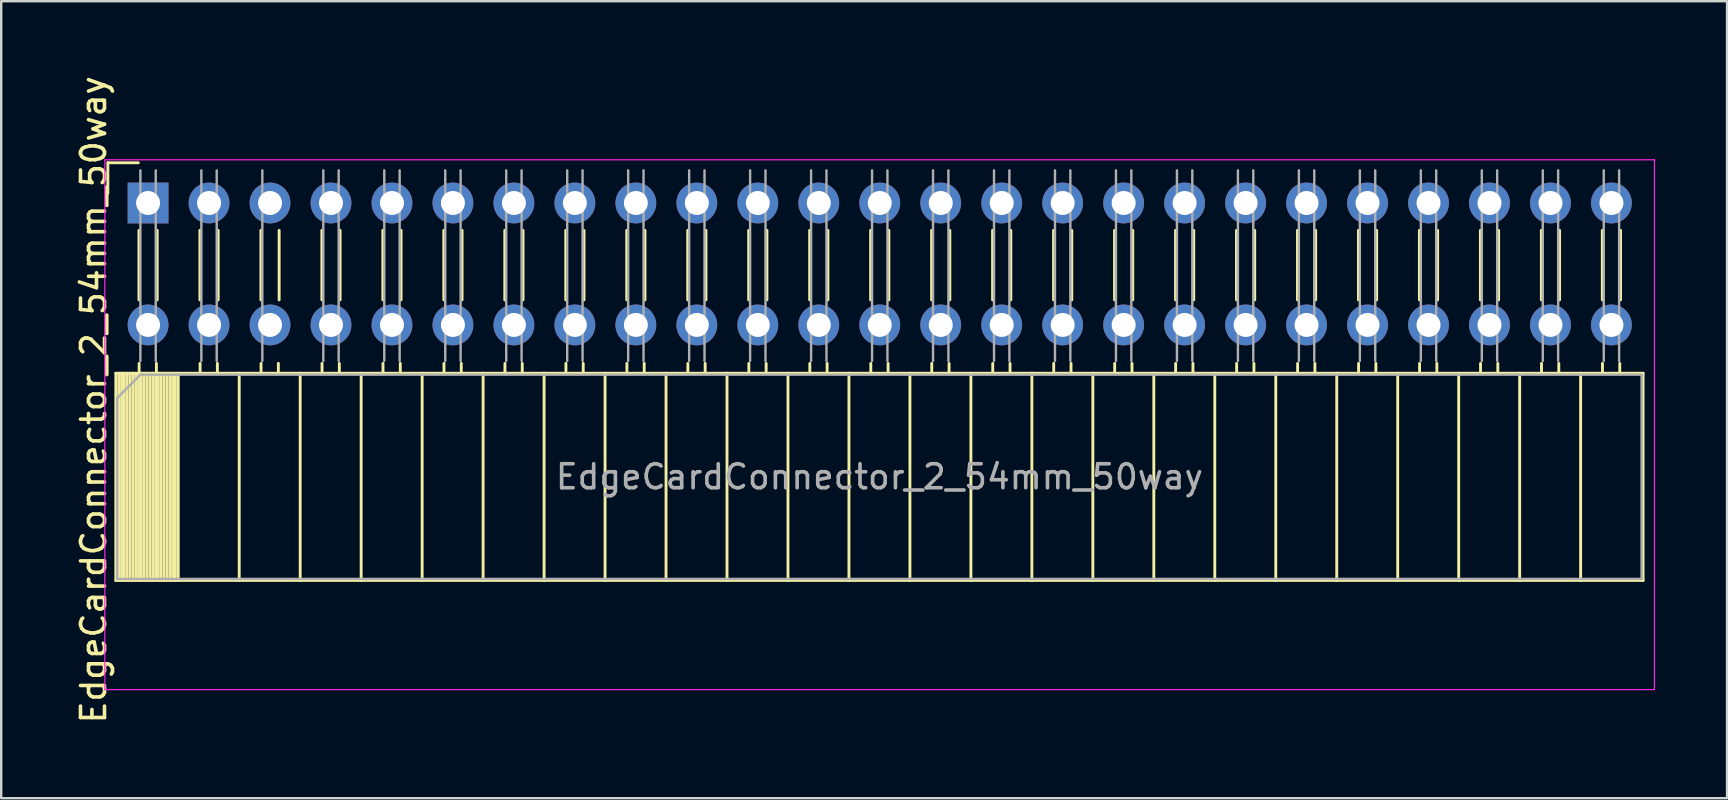
<source format=kicad_pcb>
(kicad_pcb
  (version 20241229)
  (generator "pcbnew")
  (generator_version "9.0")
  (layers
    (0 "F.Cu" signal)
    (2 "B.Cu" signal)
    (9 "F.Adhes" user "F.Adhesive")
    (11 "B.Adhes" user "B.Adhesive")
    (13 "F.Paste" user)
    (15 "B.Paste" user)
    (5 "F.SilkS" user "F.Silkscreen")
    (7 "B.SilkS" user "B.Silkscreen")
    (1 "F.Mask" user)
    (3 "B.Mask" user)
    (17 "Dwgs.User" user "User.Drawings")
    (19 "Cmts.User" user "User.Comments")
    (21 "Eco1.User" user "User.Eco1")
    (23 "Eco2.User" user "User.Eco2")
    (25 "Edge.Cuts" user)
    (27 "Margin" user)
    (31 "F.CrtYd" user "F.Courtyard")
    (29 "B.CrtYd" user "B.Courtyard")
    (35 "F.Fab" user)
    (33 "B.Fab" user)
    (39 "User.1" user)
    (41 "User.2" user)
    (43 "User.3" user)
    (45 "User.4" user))
  (footprint "EdgeCardConnector_2_54mm_50way"
    (layer "F.Cu")
    (at 33.661 18.312)
    (property "Reference" "EdgeCardConnector_2_54mm_50way" (at -32.813 -4.711 270) (layer "F.SilkS") (effects (font (size 1 1) (thickness 0.15))))
    (attr through_hole)
    (fp_line (start -32.218 -14.581) (end -32.218 -13.311) (stroke (width 0.12) (type solid)) (layer "F.SilkS"))
    (fp_line (start -31.886 -5.814) (end 31.734 -5.814) (stroke (width 0.12) (type solid)) (layer "F.SilkS"))
    (fp_line (start -31.886 2.816) (end -31.886 -5.814) (stroke (width 0.12) (type solid)) (layer "F.SilkS"))
    (fp_line (start -31.886 2.816) (end 31.734 2.816) (stroke (width 0.12) (type solid)) (layer "F.SilkS"))
    (fp_line (start -31.766 2.816) (end -31.766 -5.814) (stroke (width 0.12) (type solid)) (layer "F.SilkS"))
    (fp_line (start -31.648 2.816) (end -31.648 -5.814) (stroke (width 0.12) (type solid)) (layer "F.SilkS"))
    (fp_line (start -31.53 2.816) (end -31.53 -5.814) (stroke (width 0.12) (type solid)) (layer "F.SilkS"))
    (fp_line (start -31.412 2.816) (end -31.412 -5.814) (stroke (width 0.12) (type solid)) (layer "F.SilkS"))
    (fp_line (start -31.294 2.816) (end -31.294 -5.814) (stroke (width 0.12) (type solid)) (layer "F.SilkS"))
    (fp_line (start -31.176 2.816) (end -31.176 -5.814) (stroke (width 0.12) (type solid)) (layer "F.SilkS"))
    (fp_line (start -31.058 2.816) (end -31.058 -5.814) (stroke (width 0.12) (type solid)) (layer "F.SilkS"))
    (fp_line (start -30.948 -14.581) (end -32.218 -14.581) (stroke (width 0.12) (type solid)) (layer "F.SilkS"))
    (fp_line (start -30.94 2.816) (end -30.94 -5.814) (stroke (width 0.12) (type solid)) (layer "F.SilkS"))
    (fp_line (start -30.923 -11.766) (end -30.923 -8.869) (stroke (width 0.12) (type solid)) (layer "F.SilkS"))
    (fp_line (start -30.916 -5.814) (end -30.916 -6.224) (stroke (width 0.12) (type solid)) (layer "F.SilkS"))
    (fp_line (start -30.821 2.816) (end -30.821 -5.814) (stroke (width 0.12) (type solid)) (layer "F.SilkS"))
    (fp_line (start -30.703 2.816) (end -30.703 -5.814) (stroke (width 0.12) (type solid)) (layer "F.SilkS"))
    (fp_line (start -30.585 2.816) (end -30.585 -5.814) (stroke (width 0.12) (type solid)) (layer "F.SilkS"))
    (fp_line (start -30.467 2.816) (end -30.467 -5.814) (stroke (width 0.12) (type solid)) (layer "F.SilkS"))
    (fp_line (start -30.349 2.816) (end -30.349 -5.814) (stroke (width 0.12) (type solid)) (layer "F.SilkS"))
    (fp_line (start -30.231 2.816) (end -30.231 -5.814) (stroke (width 0.12) (type solid)) (layer "F.SilkS"))
    (fp_line (start -30.196 -5.814) (end -30.196 -6.224) (stroke (width 0.12) (type solid)) (layer "F.SilkS"))
    (fp_line (start -30.163 -11.766) (end -30.163 -8.869) (stroke (width 0.12) (type solid)) (layer "F.SilkS"))
    (fp_line (start -30.113 2.816) (end -30.113 -5.814) (stroke (width 0.12) (type solid)) (layer "F.SilkS"))
    (fp_line (start -29.995 2.816) (end -29.995 -5.814) (stroke (width 0.12) (type solid)) (layer "F.SilkS"))
    (fp_line (start -29.877 2.816) (end -29.877 -5.814) (stroke (width 0.12) (type solid)) (layer "F.SilkS"))
    (fp_line (start -29.759 2.816) (end -29.759 -5.814) (stroke (width 0.12) (type solid)) (layer "F.SilkS"))
    (fp_line (start -29.64 2.816) (end -29.64 -5.814) (stroke (width 0.12) (type solid)) (layer "F.SilkS"))
    (fp_line (start -29.522 2.816) (end -29.522 -5.814) (stroke (width 0.12) (type solid)) (layer "F.SilkS"))
    (fp_line (start -29.404 2.816) (end -29.404 -5.814) (stroke (width 0.12) (type solid)) (layer "F.SilkS"))
    (fp_line (start -29.286 2.816) (end -29.286 -5.814) (stroke (width 0.12) (type solid)) (layer "F.SilkS"))
    (fp_line (start -28.383 -11.766) (end -28.383 -8.869) (stroke (width 0.12) (type solid)) (layer "F.SilkS"))
    (fp_line (start -28.376 -5.814) (end -28.376 -6.224) (stroke (width 0.12) (type solid)) (layer "F.SilkS"))
    (fp_line (start -27.656 -5.814) (end -27.656 -6.224) (stroke (width 0.12) (type solid)) (layer "F.SilkS"))
    (fp_line (start -27.623 -11.766) (end -27.623 -8.869) (stroke (width 0.12) (type solid)) (layer "F.SilkS"))
    (fp_line (start -26.746 2.816) (end -26.746 -5.814) (stroke (width 0.12) (type solid)) (layer "F.SilkS"))
    (fp_line (start -25.843 -11.766) (end -25.843 -8.869) (stroke (width 0.12) (type solid)) (layer "F.SilkS"))
    (fp_line (start -25.836 -5.814) (end -25.836 -6.224) (stroke (width 0.12) (type solid)) (layer "F.SilkS"))
    (fp_line (start -25.116 -5.814) (end -25.116 -6.224) (stroke (width 0.12) (type solid)) (layer "F.SilkS"))
    (fp_line (start -25.083 -11.766) (end -25.083 -8.869) (stroke (width 0.12) (type solid)) (layer "F.SilkS"))
    (fp_line (start -24.206 2.816) (end -24.206 -5.814) (stroke (width 0.12) (type solid)) (layer "F.SilkS"))
    (fp_line (start -23.303 -11.766) (end -23.303 -8.869) (stroke (width 0.12) (type solid)) (layer "F.SilkS"))
    (fp_line (start -23.296 -5.814) (end -23.296 -6.224) (stroke (width 0.12) (type solid)) (layer "F.SilkS"))
    (fp_line (start -22.576 -5.814) (end -22.576 -6.224) (stroke (width 0.12) (type solid)) (layer "F.SilkS"))
    (fp_line (start -22.543 -11.766) (end -22.543 -8.869) (stroke (width 0.12) (type solid)) (layer "F.SilkS"))
    (fp_line (start -21.666 2.816) (end -21.666 -5.814) (stroke (width 0.12) (type solid)) (layer "F.SilkS"))
    (fp_line (start -20.763 -11.766) (end -20.763 -8.869) (stroke (width 0.12) (type solid)) (layer "F.SilkS"))
    (fp_line (start -20.756 -5.814) (end -20.756 -6.224) (stroke (width 0.12) (type solid)) (layer "F.SilkS"))
    (fp_line (start -20.036 -5.814) (end -20.036 -6.224) (stroke (width 0.12) (type solid)) (layer "F.SilkS"))
    (fp_line (start -20.003 -11.766) (end -20.003 -8.869) (stroke (width 0.12) (type solid)) (layer "F.SilkS"))
    (fp_line (start -19.126 2.816) (end -19.126 -5.814) (stroke (width 0.12) (type solid)) (layer "F.SilkS"))
    (fp_line (start -18.223 -11.766) (end -18.223 -8.869) (stroke (width 0.12) (type solid)) (layer "F.SilkS"))
    (fp_line (start -18.216 -5.814) (end -18.216 -6.224) (stroke (width 0.12) (type solid)) (layer "F.SilkS"))
    (fp_line (start -17.496 -5.814) (end -17.496 -6.224) (stroke (width 0.12) (type solid)) (layer "F.SilkS"))
    (fp_line (start -17.463 -11.766) (end -17.463 -8.869) (stroke (width 0.12) (type solid)) (layer "F.SilkS"))
    (fp_line (start -16.586 2.816) (end -16.586 -5.814) (stroke (width 0.12) (type solid)) (layer "F.SilkS"))
    (fp_line (start -15.683 -11.766) (end -15.683 -8.869) (stroke (width 0.12) (type solid)) (layer "F.SilkS"))
    (fp_line (start -15.676 -5.814) (end -15.676 -6.224) (stroke (width 0.12) (type solid)) (layer "F.SilkS"))
    (fp_line (start -14.956 -5.814) (end -14.956 -6.224) (stroke (width 0.12) (type solid)) (layer "F.SilkS"))
    (fp_line (start -14.923 -11.766) (end -14.923 -8.869) (stroke (width 0.12) (type solid)) (layer "F.SilkS"))
    (fp_line (start -14.046 2.816) (end -14.046 -5.814) (stroke (width 0.12) (type solid)) (layer "F.SilkS"))
    (fp_line (start -13.143 -11.766) (end -13.143 -8.869) (stroke (width 0.12) (type solid)) (layer "F.SilkS"))
    (fp_line (start -13.136 -5.814) (end -13.136 -6.224) (stroke (width 0.12) (type solid)) (layer "F.SilkS"))
    (fp_line (start -12.416 -5.814) (end -12.416 -6.224) (stroke (width 0.12) (type solid)) (layer "F.SilkS"))
    (fp_line (start -12.383 -11.766) (end -12.383 -8.869) (stroke (width 0.12) (type solid)) (layer "F.SilkS"))
    (fp_line (start -11.506 2.816) (end -11.506 -5.814) (stroke (width 0.12) (type solid)) (layer "F.SilkS"))
    (fp_line (start -10.603 -11.766) (end -10.603 -8.869) (stroke (width 0.12) (type solid)) (layer "F.SilkS"))
    (fp_line (start -10.596 -5.814) (end -10.596 -6.224) (stroke (width 0.12) (type solid)) (layer "F.SilkS"))
    (fp_line (start -9.876 -5.814) (end -9.876 -6.224) (stroke (width 0.12) (type solid)) (layer "F.SilkS"))
    (fp_line (start -9.843 -11.766) (end -9.843 -8.869) (stroke (width 0.12) (type solid)) (layer "F.SilkS"))
    (fp_line (start -8.966 2.816) (end -8.966 -5.814) (stroke (width 0.12) (type solid)) (layer "F.SilkS"))
    (fp_line (start -8.063 -11.766) (end -8.063 -8.869) (stroke (width 0.12) (type solid)) (layer "F.SilkS"))
    (fp_line (start -8.056 -5.814) (end -8.056 -6.224) (stroke (width 0.12) (type solid)) (layer "F.SilkS"))
    (fp_line (start -7.336 -5.814) (end -7.336 -6.224) (stroke (width 0.12) (type solid)) (layer "F.SilkS"))
    (fp_line (start -7.303 -11.766) (end -7.303 -8.869) (stroke (width 0.12) (type solid)) (layer "F.SilkS"))
    (fp_line (start -6.426 2.816) (end -6.426 -5.814) (stroke (width 0.12) (type solid)) (layer "F.SilkS"))
    (fp_line (start -5.523 -11.766) (end -5.523 -8.869) (stroke (width 0.12) (type solid)) (layer "F.SilkS"))
    (fp_line (start -5.516 -5.814) (end -5.516 -6.224) (stroke (width 0.12) (type solid)) (layer "F.SilkS"))
    (fp_line (start -4.796 -5.814) (end -4.796 -6.224) (stroke (width 0.12) (type solid)) (layer "F.SilkS"))
    (fp_line (start -4.763 -11.766) (end -4.763 -8.869) (stroke (width 0.12) (type solid)) (layer "F.SilkS"))
    (fp_line (start -3.886 2.816) (end -3.886 -5.814) (stroke (width 0.12) (type solid)) (layer "F.SilkS"))
    (fp_line (start -2.983 -11.766) (end -2.983 -8.869) (stroke (width 0.12) (type solid)) (layer "F.SilkS"))
    (fp_line (start -2.976 -5.814) (end -2.976 -6.224) (stroke (width 0.12) (type solid)) (layer "F.SilkS"))
    (fp_line (start -2.256 -5.814) (end -2.256 -6.224) (stroke (width 0.12) (type solid)) (layer "F.SilkS"))
    (fp_line (start -2.223 -11.766) (end -2.223 -8.869) (stroke (width 0.12) (type solid)) (layer "F.SilkS"))
    (fp_line (start -1.346 2.816) (end -1.346 -5.814) (stroke (width 0.12) (type solid)) (layer "F.SilkS"))
    (fp_line (start -0.443 -11.766) (end -0.443 -8.869) (stroke (width 0.12) (type solid)) (layer "F.SilkS"))
    (fp_line (start -0.436 -5.814) (end -0.436 -6.224) (stroke (width 0.12) (type solid)) (layer "F.SilkS"))
    (fp_line (start 0.284 -5.814) (end 0.284 -6.224) (stroke (width 0.12) (type solid)) (layer "F.SilkS"))
    (fp_line (start 0.317 -11.766) (end 0.317 -8.869) (stroke (width 0.12) (type solid)) (layer "F.SilkS"))
    (fp_line (start 1.194 2.816) (end 1.194 -5.814) (stroke (width 0.12) (type solid)) (layer "F.SilkS"))
    (fp_line (start 2.097 -11.766) (end 2.097 -8.869) (stroke (width 0.12) (type solid)) (layer "F.SilkS"))
    (fp_line (start 2.104 -5.814) (end 2.104 -6.224) (stroke (width 0.12) (type solid)) (layer "F.SilkS"))
    (fp_line (start 2.824 -5.814) (end 2.824 -6.224) (stroke (width 0.12) (type solid)) (layer "F.SilkS"))
    (fp_line (start 2.857 -11.766) (end 2.857 -8.869) (stroke (width 0.12) (type solid)) (layer "F.SilkS"))
    (fp_line (start 3.734 2.816) (end 3.734 -5.814) (stroke (width 0.12) (type solid)) (layer "F.SilkS"))
    (fp_line (start 4.637 -11.766) (end 4.637 -8.869) (stroke (width 0.12) (type solid)) (layer "F.SilkS"))
    (fp_line (start 4.644 -5.814) (end 4.644 -6.224) (stroke (width 0.12) (type solid)) (layer "F.SilkS"))
    (fp_line (start 5.364 -5.814) (end 5.364 -6.224) (stroke (width 0.12) (type solid)) (layer "F.SilkS"))
    (fp_line (start 5.397 -11.766) (end 5.397 -8.869) (stroke (width 0.12) (type solid)) (layer "F.SilkS"))
    (fp_line (start 6.274 2.816) (end 6.274 -5.814) (stroke (width 0.12) (type solid)) (layer "F.SilkS"))
    (fp_line (start 7.177 -11.766) (end 7.177 -8.869) (stroke (width 0.12) (type solid)) (layer "F.SilkS"))
    (fp_line (start 7.184 -5.814) (end 7.184 -6.224) (stroke (width 0.12) (type solid)) (layer "F.SilkS"))
    (fp_line (start 7.904 -5.814) (end 7.904 -6.224) (stroke (width 0.12) (type solid)) (layer "F.SilkS"))
    (fp_line (start 7.937 -11.766) (end 7.937 -8.869) (stroke (width 0.12) (type solid)) (layer "F.SilkS"))
    (fp_line (start 8.814 2.816) (end 8.814 -5.814) (stroke (width 0.12) (type solid)) (layer "F.SilkS"))
    (fp_line (start 9.717 -11.766) (end 9.717 -8.869) (stroke (width 0.12) (type solid)) (layer "F.SilkS"))
    (fp_line (start 9.724 -5.814) (end 9.724 -6.224) (stroke (width 0.12) (type solid)) (layer "F.SilkS"))
    (fp_line (start 10.444 -5.814) (end 10.444 -6.224) (stroke (width 0.12) (type solid)) (layer "F.SilkS"))
    (fp_line (start 10.477 -11.766) (end 10.477 -8.869) (stroke (width 0.12) (type solid)) (layer "F.SilkS"))
    (fp_line (start 11.354 2.816) (end 11.354 -5.814) (stroke (width 0.12) (type solid)) (layer "F.SilkS"))
    (fp_line (start 12.257 -11.766) (end 12.257 -8.869) (stroke (width 0.12) (type solid)) (layer "F.SilkS"))
    (fp_line (start 12.264 -5.814) (end 12.264 -6.224) (stroke (width 0.12) (type solid)) (layer "F.SilkS"))
    (fp_line (start 12.984 -5.814) (end 12.984 -6.224) (stroke (width 0.12) (type solid)) (layer "F.SilkS"))
    (fp_line (start 13.017 -11.766) (end 13.017 -8.869) (stroke (width 0.12) (type solid)) (layer "F.SilkS"))
    (fp_line (start 13.894 2.816) (end 13.894 -5.814) (stroke (width 0.12) (type solid)) (layer "F.SilkS"))
    (fp_line (start 14.797 -11.766) (end 14.797 -8.869) (stroke (width 0.12) (type solid)) (layer "F.SilkS"))
    (fp_line (start 14.804 -5.814) (end 14.804 -6.224) (stroke (width 0.12) (type solid)) (layer "F.SilkS"))
    (fp_line (start 15.524 -5.814) (end 15.524 -6.224) (stroke (width 0.12) (type solid)) (layer "F.SilkS"))
    (fp_line (start 15.557 -11.766) (end 15.557 -8.869) (stroke (width 0.12) (type solid)) (layer "F.SilkS"))
    (fp_line (start 16.434 2.816) (end 16.434 -5.814) (stroke (width 0.12) (type solid)) (layer "F.SilkS"))
    (fp_line (start 17.337 -11.766) (end 17.337 -8.869) (stroke (width 0.12) (type solid)) (layer "F.SilkS"))
    (fp_line (start 17.344 -5.814) (end 17.344 -6.224) (stroke (width 0.12) (type solid)) (layer "F.SilkS"))
    (fp_line (start 18.064 -5.814) (end 18.064 -6.224) (stroke (width 0.12) (type solid)) (layer "F.SilkS"))
    (fp_line (start 18.097 -11.766) (end 18.097 -8.869) (stroke (width 0.12) (type solid)) (layer "F.SilkS"))
    (fp_line (start 18.974 2.816) (end 18.974 -5.814) (stroke (width 0.12) (type solid)) (layer "F.SilkS"))
    (fp_line (start 19.877 -11.766) (end 19.877 -8.869) (stroke (width 0.12) (type solid)) (layer "F.SilkS"))
    (fp_line (start 19.884 -5.814) (end 19.884 -6.224) (stroke (width 0.12) (type solid)) (layer "F.SilkS"))
    (fp_line (start 20.604 -5.814) (end 20.604 -6.224) (stroke (width 0.12) (type solid)) (layer "F.SilkS"))
    (fp_line (start 20.637 -11.766) (end 20.637 -8.869) (stroke (width 0.12) (type solid)) (layer "F.SilkS"))
    (fp_line (start 21.514 2.816) (end 21.514 -5.814) (stroke (width 0.12) (type solid)) (layer "F.SilkS"))
    (fp_line (start 22.417 -11.766) (end 22.417 -8.869) (stroke (width 0.12) (type solid)) (layer "F.SilkS"))
    (fp_line (start 22.424 -5.814) (end 22.424 -6.224) (stroke (width 0.12) (type solid)) (layer "F.SilkS"))
    (fp_line (start 23.144 -5.814) (end 23.144 -6.224) (stroke (width 0.12) (type solid)) (layer "F.SilkS"))
    (fp_line (start 23.177 -11.766) (end 23.177 -8.869) (stroke (width 0.12) (type solid)) (layer "F.SilkS"))
    (fp_line (start 24.054 2.816) (end 24.054 -5.814) (stroke (width 0.12) (type solid)) (layer "F.SilkS"))
    (fp_line (start 24.957 -11.766) (end 24.957 -8.869) (stroke (width 0.12) (type solid)) (layer "F.SilkS"))
    (fp_line (start 24.964 -5.814) (end 24.964 -6.224) (stroke (width 0.12) (type solid)) (layer "F.SilkS"))
    (fp_line (start 25.684 -5.814) (end 25.684 -6.224) (stroke (width 0.12) (type solid)) (layer "F.SilkS"))
    (fp_line (start 25.717 -11.766) (end 25.717 -8.869) (stroke (width 0.12) (type solid)) (layer "F.SilkS"))
    (fp_line (start 26.594 2.816) (end 26.594 -5.814) (stroke (width 0.12) (type solid)) (layer "F.SilkS"))
    (fp_line (start 27.497 -11.766) (end 27.497 -8.869) (stroke (width 0.12) (type solid)) (layer "F.SilkS"))
    (fp_line (start 27.504 -5.814) (end 27.504 -6.224) (stroke (width 0.12) (type solid)) (layer "F.SilkS"))
    (fp_line (start 28.224 -5.814) (end 28.224 -6.224) (stroke (width 0.12) (type solid)) (layer "F.SilkS"))
    (fp_line (start 28.257 -11.766) (end 28.257 -8.869) (stroke (width 0.12) (type solid)) (layer "F.SilkS"))
    (fp_line (start 29.134 2.816) (end 29.134 -5.814) (stroke (width 0.12) (type solid)) (layer "F.SilkS"))
    (fp_line (start 30.037 -11.766) (end 30.037 -8.869) (stroke (width 0.12) (type solid)) (layer "F.SilkS"))
    (fp_line (start 30.044 -5.814) (end 30.044 -6.224) (stroke (width 0.12) (type solid)) (layer "F.SilkS"))
    (fp_line (start 30.764 -5.814) (end 30.764 -6.224) (stroke (width 0.12) (type solid)) (layer "F.SilkS"))
    (fp_line (start 30.797 -11.766) (end 30.797 -8.869) (stroke (width 0.12) (type solid)) (layer "F.SilkS"))
    (fp_line (start 31.734 2.816) (end 31.734 -5.814) (stroke (width 0.12) (type solid)) (layer "F.SilkS"))
    (fp_line (start -32.343 -14.706) (end 32.207 -14.706) (stroke (width 0.05) (type solid)) (layer "F.CrtYd"))
    (fp_line (start -32.343 7.366) (end -32.343 -14.706) (stroke (width 0.05) (type solid)) (layer "F.CrtYd"))
    (fp_line (start 32.207 -14.706) (end 32.207 7.366) (stroke (width 0.05) (type solid)) (layer "F.CrtYd"))
    (fp_line (start 32.207 7.366) (end -32.343 7.366) (stroke (width 0.05) (type solid)) (layer "F.CrtYd"))
    (fp_line (start -31.826 -4.784) (end -30.856 -5.754) (stroke (width 0.1) (type solid)) (layer "F.Fab"))
    (fp_line (start -31.826 2.756) (end -31.826 -4.784) (stroke (width 0.1) (type solid)) (layer "F.Fab"))
    (fp_line (start -30.863 -14.266) (end -30.863 -6.326) (stroke (width 0.1) (type solid)) (layer "F.Fab"))
    (fp_line (start -30.863 -13.226) (end -30.223 -13.226) (stroke (width 0.1) (type solid)) (layer "F.Fab"))
    (fp_line (start -30.856 -5.754) (end 31.674 -5.754) (stroke (width 0.1) (type solid)) (layer "F.Fab"))
    (fp_line (start -30.223 -14.266) (end -30.223 -6.326) (stroke (width 0.1) (type solid)) (layer "F.Fab"))
    (fp_line (start -28.323 -14.266) (end -28.323 -6.326) (stroke (width 0.1) (type solid)) (layer "F.Fab"))
    (fp_line (start -28.323 -13.226) (end -27.683 -13.226) (stroke (width 0.1) (type solid)) (layer "F.Fab"))
    (fp_line (start -27.683 -14.266) (end -27.683 -6.326) (stroke (width 0.1) (type solid)) (layer "F.Fab"))
    (fp_line (start -25.783 -14.266) (end -25.783 -6.326) (stroke (width 0.1) (type solid)) (layer "F.Fab"))
    (fp_line (start -25.783 -13.226) (end -25.143 -13.226) (stroke (width 0.1) (type solid)) (layer "F.Fab"))
    (fp_line (start -23.243 -14.266) (end -23.243 -6.326) (stroke (width 0.1) (type solid)) (layer "F.Fab"))
    (fp_line (start -23.243 -13.226) (end -22.603 -13.226) (stroke (width 0.1) (type solid)) (layer "F.Fab"))
    (fp_line (start -22.603 -14.266) (end -22.603 -6.326) (stroke (width 0.1) (type solid)) (layer "F.Fab"))
    (fp_line (start -20.703 -14.266) (end -20.703 -6.326) (stroke (width 0.1) (type solid)) (layer "F.Fab"))
    (fp_line (start -20.703 -13.226) (end -20.063 -13.226) (stroke (width 0.1) (type solid)) (layer "F.Fab"))
    (fp_line (start -20.063 -14.266) (end -20.063 -6.326) (stroke (width 0.1) (type solid)) (layer "F.Fab"))
    (fp_line (start -18.163 -14.266) (end -18.163 -6.326) (stroke (width 0.1) (type solid)) (layer "F.Fab"))
    (fp_line (start -18.163 -13.226) (end -17.523 -13.226) (stroke (width 0.1) (type solid)) (layer "F.Fab"))
    (fp_line (start -17.523 -14.266) (end -17.523 -6.326) (stroke (width 0.1) (type solid)) (layer "F.Fab"))
    (fp_line (start -15.623 -14.266) (end -15.623 -6.326) (stroke (width 0.1) (type solid)) (layer "F.Fab"))
    (fp_line (start -15.623 -13.226) (end -14.983 -13.226) (stroke (width 0.1) (type solid)) (layer "F.Fab"))
    (fp_line (start -14.983 -14.266) (end -14.983 -6.326) (stroke (width 0.1) (type solid)) (layer "F.Fab"))
    (fp_line (start -13.083 -14.266) (end -13.083 -6.326) (stroke (width 0.1) (type solid)) (layer "F.Fab"))
    (fp_line (start -13.083 -13.226) (end -12.443 -13.226) (stroke (width 0.1) (type solid)) (layer "F.Fab"))
    (fp_line (start -12.443 -14.266) (end -12.443 -6.326) (stroke (width 0.1) (type solid)) (layer "F.Fab"))
    (fp_line (start -10.543 -14.266) (end -10.543 -6.326) (stroke (width 0.1) (type solid)) (layer "F.Fab"))
    (fp_line (start -10.543 -13.226) (end -9.903 -13.226) (stroke (width 0.1) (type solid)) (layer "F.Fab"))
    (fp_line (start -9.903 -14.266) (end -9.903 -6.326) (stroke (width 0.1) (type solid)) (layer "F.Fab"))
    (fp_line (start -8.003 -14.266) (end -8.003 -6.326) (stroke (width 0.1) (type solid)) (layer "F.Fab"))
    (fp_line (start -8.003 -13.226) (end -7.363 -13.226) (stroke (width 0.1) (type solid)) (layer "F.Fab"))
    (fp_line (start -7.363 -14.266) (end -7.363 -6.326) (stroke (width 0.1) (type solid)) (layer "F.Fab"))
    (fp_line (start -5.463 -14.266) (end -5.463 -6.326) (stroke (width 0.1) (type solid)) (layer "F.Fab"))
    (fp_line (start -5.463 -13.226) (end -4.823 -13.226) (stroke (width 0.1) (type solid)) (layer "F.Fab"))
    (fp_line (start -4.823 -14.266) (end -4.823 -6.326) (stroke (width 0.1) (type solid)) (layer "F.Fab"))
    (fp_line (start -2.923 -14.266) (end -2.923 -6.326) (stroke (width 0.1) (type solid)) (layer "F.Fab"))
    (fp_line (start -2.923 -13.226) (end -2.283 -13.226) (stroke (width 0.1) (type solid)) (layer "F.Fab"))
    (fp_line (start -2.283 -14.266) (end -2.283 -6.326) (stroke (width 0.1) (type solid)) (layer "F.Fab"))
    (fp_line (start -0.383 -14.266) (end -0.383 -6.326) (stroke (width 0.1) (type solid)) (layer "F.Fab"))
    (fp_line (start -0.383 -13.226) (end 0.257 -13.226) (stroke (width 0.1) (type solid)) (layer "F.Fab"))
    (fp_line (start 0.257 -14.266) (end 0.257 -6.326) (stroke (width 0.1) (type solid)) (layer "F.Fab"))
    (fp_line (start 2.157 -14.266) (end 2.157 -6.326) (stroke (width 0.1) (type solid)) (layer "F.Fab"))
    (fp_line (start 2.157 -13.226) (end 2.797 -13.226) (stroke (width 0.1) (type solid)) (layer "F.Fab"))
    (fp_line (start 2.797 -14.266) (end 2.797 -6.326) (stroke (width 0.1) (type solid)) (layer "F.Fab"))
    (fp_line (start 4.697 -14.266) (end 4.697 -6.326) (stroke (width 0.1) (type solid)) (layer "F.Fab"))
    (fp_line (start 4.697 -13.226) (end 5.337 -13.226) (stroke (width 0.1) (type solid)) (layer "F.Fab"))
    (fp_line (start 5.337 -14.266) (end 5.337 -6.326) (stroke (width 0.1) (type solid)) (layer "F.Fab"))
    (fp_line (start 7.237 -14.266) (end 7.237 -6.326) (stroke (width 0.1) (type solid)) (layer "F.Fab"))
    (fp_line (start 7.237 -13.226) (end 7.877 -13.226) (stroke (width 0.1) (type solid)) (layer "F.Fab"))
    (fp_line (start 7.877 -14.266) (end 7.877 -6.326) (stroke (width 0.1) (type solid)) (layer "F.Fab"))
    (fp_line (start 9.777 -14.266) (end 9.777 -6.326) (stroke (width 0.1) (type solid)) (layer "F.Fab"))
    (fp_line (start 9.777 -13.226) (end 10.417 -13.226) (stroke (width 0.1) (type solid)) (layer "F.Fab"))
    (fp_line (start 10.417 -14.266) (end 10.417 -6.326) (stroke (width 0.1) (type solid)) (layer "F.Fab"))
    (fp_line (start 12.317 -14.266) (end 12.317 -6.326) (stroke (width 0.1) (type solid)) (layer "F.Fab"))
    (fp_line (start 12.317 -13.226) (end 12.957 -13.226) (stroke (width 0.1) (type solid)) (layer "F.Fab"))
    (fp_line (start 12.957 -14.266) (end 12.957 -6.326) (stroke (width 0.1) (type solid)) (layer "F.Fab"))
    (fp_line (start 14.857 -14.266) (end 14.857 -6.326) (stroke (width 0.1) (type solid)) (layer "F.Fab"))
    (fp_line (start 14.857 -13.226) (end 15.497 -13.226) (stroke (width 0.1) (type solid)) (layer "F.Fab"))
    (fp_line (start 15.497 -14.266) (end 15.497 -6.326) (stroke (width 0.1) (type solid)) (layer "F.Fab"))
    (fp_line (start 17.397 -14.266) (end 17.397 -6.326) (stroke (width 0.1) (type solid)) (layer "F.Fab"))
    (fp_line (start 17.397 -13.226) (end 18.037 -13.226) (stroke (width 0.1) (type solid)) (layer "F.Fab"))
    (fp_line (start 18.037 -14.266) (end 18.037 -6.326) (stroke (width 0.1) (type solid)) (layer "F.Fab"))
    (fp_line (start 19.937 -14.266) (end 19.937 -6.326) (stroke (width 0.1) (type solid)) (layer "F.Fab"))
    (fp_line (start 19.937 -13.226) (end 20.577 -13.226) (stroke (width 0.1) (type solid)) (layer "F.Fab"))
    (fp_line (start 20.577 -14.266) (end 20.577 -6.326) (stroke (width 0.1) (type solid)) (layer "F.Fab"))
    (fp_line (start 22.477 -14.266) (end 22.477 -6.326) (stroke (width 0.1) (type solid)) (layer "F.Fab"))
    (fp_line (start 22.477 -13.226) (end 23.117 -13.226) (stroke (width 0.1) (type solid)) (layer "F.Fab"))
    (fp_line (start 23.117 -14.266) (end 23.117 -6.326) (stroke (width 0.1) (type solid)) (layer "F.Fab"))
    (fp_line (start 25.017 -14.266) (end 25.017 -6.326) (stroke (width 0.1) (type solid)) (layer "F.Fab"))
    (fp_line (start 25.017 -13.226) (end 25.657 -13.226) (stroke (width 0.1) (type solid)) (layer "F.Fab"))
    (fp_line (start 25.657 -14.266) (end 25.657 -6.326) (stroke (width 0.1) (type solid)) (layer "F.Fab"))
    (fp_line (start 27.557 -14.266) (end 27.557 -6.326) (stroke (width 0.1) (type solid)) (layer "F.Fab"))
    (fp_line (start 27.557 -13.226) (end 28.197 -13.226) (stroke (width 0.1) (type solid)) (layer "F.Fab"))
    (fp_line (start 28.197 -14.266) (end 28.197 -6.326) (stroke (width 0.1) (type solid)) (layer "F.Fab"))
    (fp_line (start 30.097 -14.266) (end 30.097 -6.326) (stroke (width 0.1) (type solid)) (layer "F.Fab"))
    (fp_line (start 30.097 -13.226) (end 30.737 -13.226) (stroke (width 0.1) (type solid)) (layer "F.Fab"))
    (fp_line (start 30.737 -14.266) (end 30.737 -6.326) (stroke (width 0.1) (type solid)) (layer "F.Fab"))
    (fp_line (start 31.674 -5.754) (end 31.674 2.756) (stroke (width 0.1) (type solid)) (layer "F.Fab"))
    (fp_line (start 31.674 2.756) (end -31.826 2.756) (stroke (width 0.1) (type solid)) (layer "F.Fab"))
    (fp_text user "${REFERENCE}" (at -0.076 -1.499 180) (layer "F.Fab") (effects (font (size 1 1) (thickness 0.15))))
    (pad "1" thru_hole rect (at -30.543 -12.906 90) (size 1.7 1.7) (drill 1) (layers "*.Cu" "*.Mask"))
    (pad "2" thru_hole oval (at -30.543 -7.826 90) (size 1.7 1.7) (drill 1) (layers "*.Cu" "*.Mask"))
    (pad "3" thru_hole oval (at -28.003 -12.906 90) (size 1.7 1.7) (drill 1) (layers "*.Cu" "*.Mask"))
    (pad "4" thru_hole oval (at -28.003 -7.826 90) (size 1.7 1.7) (drill 1) (layers "*.Cu" "*.Mask"))
    (pad "5" thru_hole oval (at -25.463 -12.906 90) (size 1.7 1.7) (drill 1) (layers "*.Cu" "*.Mask"))
    (pad "6" thru_hole oval (at -25.463 -7.826 90) (size 1.7 1.7) (drill 1) (layers "*.Cu" "*.Mask"))
    (pad "7" thru_hole oval (at -22.923 -12.906 90) (size 1.7 1.7) (drill 1) (layers "*.Cu" "*.Mask"))
    (pad "8" thru_hole oval (at -22.923 -7.826 90) (size 1.7 1.7) (drill 1) (layers "*.Cu" "*.Mask"))
    (pad "9" thru_hole oval (at -20.383 -12.906 90) (size 1.7 1.7) (drill 1) (layers "*.Cu" "*.Mask"))
    (pad "10" thru_hole oval (at -20.383 -7.826 90) (size 1.7 1.7) (drill 1) (layers "*.Cu" "*.Mask"))
    (pad "11" thru_hole oval (at -17.843 -12.906 90) (size 1.7 1.7) (drill 1) (layers "*.Cu" "*.Mask"))
    (pad "12" thru_hole oval (at -17.843 -7.826 90) (size 1.7 1.7) (drill 1) (layers "*.Cu" "*.Mask"))
    (pad "13" thru_hole oval (at -15.303 -12.906 90) (size 1.7 1.7) (drill 1) (layers "*.Cu" "*.Mask"))
    (pad "14" thru_hole oval (at -15.303 -7.826 90) (size 1.7 1.7) (drill 1) (layers "*.Cu" "*.Mask"))
    (pad "15" thru_hole oval (at -12.763 -12.906 90) (size 1.7 1.7) (drill 1) (layers "*.Cu" "*.Mask"))
    (pad "16" thru_hole oval (at -12.763 -7.826 90) (size 1.7 1.7) (drill 1) (layers "*.Cu" "*.Mask"))
    (pad "17" thru_hole oval (at -10.223 -12.906 90) (size 1.7 1.7) (drill 1) (layers "*.Cu" "*.Mask"))
    (pad "18" thru_hole oval (at -10.223 -7.826 90) (size 1.7 1.7) (drill 1) (layers "*.Cu" "*.Mask"))
    (pad "19" thru_hole oval (at -7.683 -12.906 90) (size 1.7 1.7) (drill 1) (layers "*.Cu" "*.Mask"))
    (pad "20" thru_hole oval (at -7.683 -7.826 90) (size 1.7 1.7) (drill 1) (layers "*.Cu" "*.Mask"))
    (pad "21" thru_hole oval (at -5.143 -12.906 90) (size 1.7 1.7) (drill 1) (layers "*.Cu" "*.Mask"))
    (pad "22" thru_hole oval (at -5.143 -7.826 90) (size 1.7 1.7) (drill 1) (layers "*.Cu" "*.Mask"))
    (pad "23" thru_hole oval (at -2.603 -12.906 90) (size 1.7 1.7) (drill 1) (layers "*.Cu" "*.Mask"))
    (pad "24" thru_hole oval (at -2.603 -7.826 90) (size 1.7 1.7) (drill 1) (layers "*.Cu" "*.Mask"))
    (pad "25" thru_hole oval (at -0.063 -12.906 90) (size 1.7 1.7) (drill 1) (layers "*.Cu" "*.Mask"))
    (pad "26" thru_hole oval (at -0.063 -7.826 90) (size 1.7 1.7) (drill 1) (layers "*.Cu" "*.Mask"))
    (pad "27" thru_hole oval (at 2.477 -12.906 90) (size 1.7 1.7) (drill 1) (layers "*.Cu" "*.Mask"))
    (pad "28" thru_hole oval (at 2.477 -7.826 90) (size 1.7 1.7) (drill 1) (layers "*.Cu" "*.Mask"))
    (pad "29" thru_hole oval (at 5.017 -12.906 90) (size 1.7 1.7) (drill 1) (layers "*.Cu" "*.Mask"))
    (pad "30" thru_hole oval (at 5.017 -7.826 90) (size 1.7 1.7) (drill 1) (layers "*.Cu" "*.Mask"))
    (pad "31" thru_hole oval (at 7.557 -12.906 90) (size 1.7 1.7) (drill 1) (layers "*.Cu" "*.Mask"))
    (pad "32" thru_hole oval (at 7.557 -7.826 90) (size 1.7 1.7) (drill 1) (layers "*.Cu" "*.Mask"))
    (pad "33" thru_hole oval (at 10.097 -12.906 90) (size 1.7 1.7) (drill 1) (layers "*.Cu" "*.Mask"))
    (pad "34" thru_hole oval (at 10.097 -7.826 90) (size 1.7 1.7) (drill 1) (layers "*.Cu" "*.Mask"))
    (pad "35" thru_hole oval (at 12.637 -12.906 90) (size 1.7 1.7) (drill 1) (layers "*.Cu" "*.Mask"))
    (pad "36" thru_hole oval (at 12.637 -7.826 90) (size 1.7 1.7) (drill 1) (layers "*.Cu" "*.Mask"))
    (pad "37" thru_hole oval (at 15.177 -12.906 90) (size 1.7 1.7) (drill 1) (layers "*.Cu" "*.Mask"))
    (pad "38" thru_hole oval (at 15.177 -7.826 90) (size 1.7 1.7) (drill 1) (layers "*.Cu" "*.Mask"))
    (pad "39" thru_hole oval (at 17.717 -12.906 90) (size 1.7 1.7) (drill 1) (layers "*.Cu" "*.Mask"))
    (pad "40" thru_hole oval (at 17.717 -7.826 90) (size 1.7 1.7) (drill 1) (layers "*.Cu" "*.Mask"))
    (pad "41" thru_hole oval (at 20.257 -12.906 90) (size 1.7 1.7) (drill 1) (layers "*.Cu" "*.Mask"))
    (pad "42" thru_hole oval (at 20.257 -7.826 90) (size 1.7 1.7) (drill 1) (layers "*.Cu" "*.Mask"))
    (pad "43" thru_hole oval (at 22.797 -12.906 90) (size 1.7 1.7) (drill 1) (layers "*.Cu" "*.Mask"))
    (pad "44" thru_hole oval (at 22.797 -7.826 90) (size 1.7 1.7) (drill 1) (layers "*.Cu" "*.Mask"))
    (pad "45" thru_hole oval (at 25.337 -12.906 90) (size 1.7 1.7) (drill 1) (layers "*.Cu" "*.Mask"))
    (pad "46" thru_hole oval (at 25.337 -7.826 90) (size 1.7 1.7) (drill 1) (layers "*.Cu" "*.Mask"))
    (pad "47" thru_hole oval (at 27.877 -12.906 90) (size 1.7 1.7) (drill 1) (layers "*.Cu" "*.Mask"))
    (pad "48" thru_hole oval (at 27.877 -7.826 90) (size 1.7 1.7) (drill 1) (layers "*.Cu" "*.Mask"))
    (pad "49" thru_hole oval (at 30.417 -12.906 90) (size 1.7 1.7) (drill 1) (layers "*.Cu" "*.Mask"))
    (pad "50" thru_hole oval (at 30.417 -7.826 90) (size 1.7 1.7) (drill 1) (layers "*.Cu" "*.Mask")))
  (gr_rect
    (start -3 -3)
    (end 68.893 30.202)
    (stroke (width 0.1) (type default))
    (fill no)
    (layer "Edge.Cuts")))
</source>
